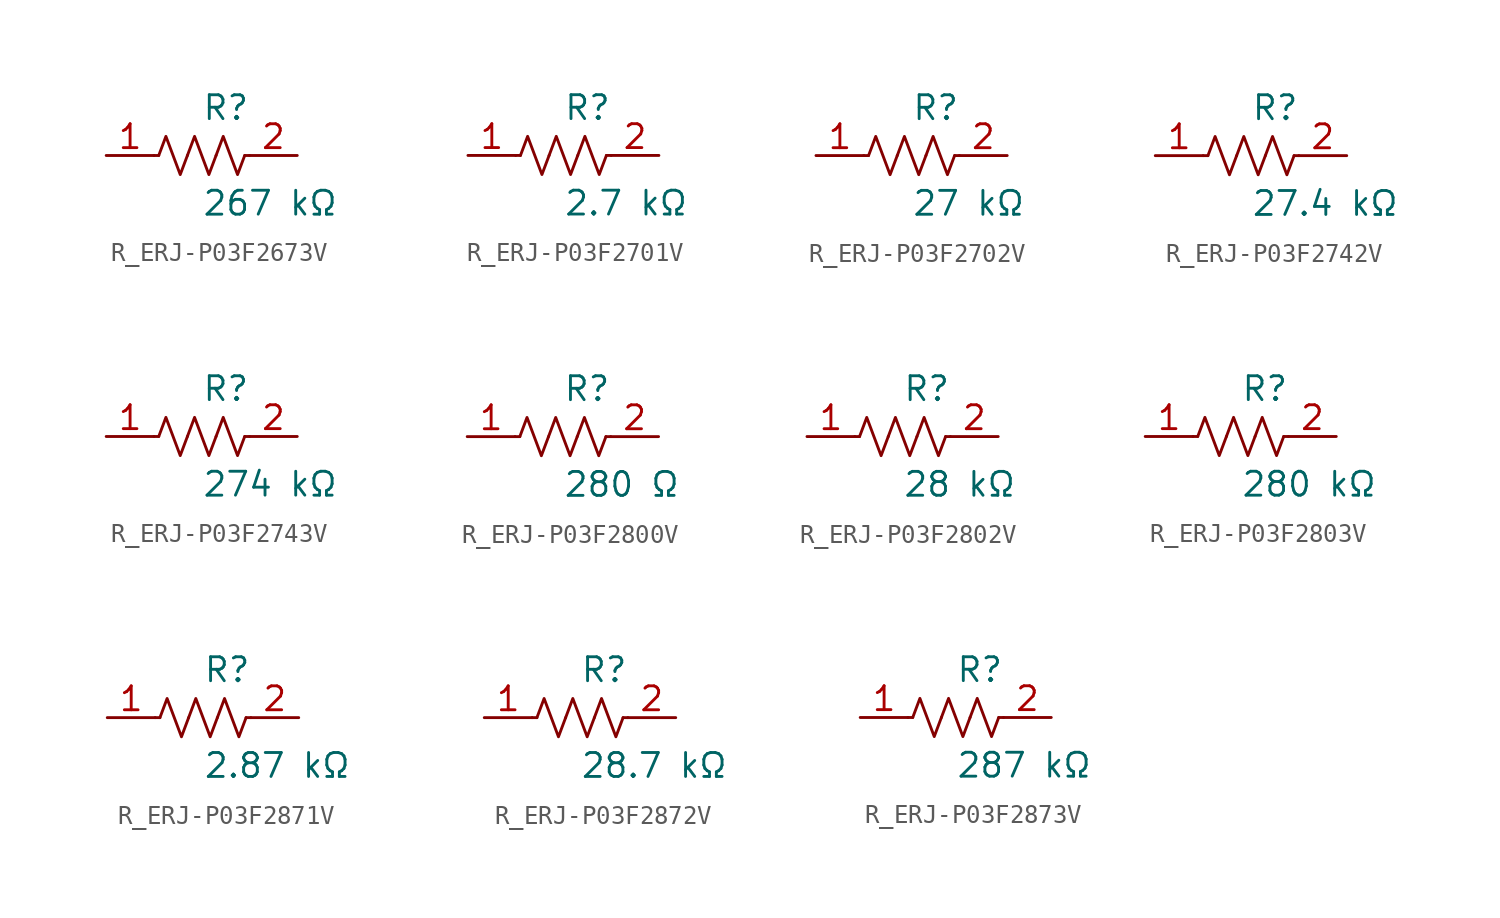
<source format=kicad_sym>
(kicad_symbol_lib
  (version 20231120)
  (generator kicad_symbol_editor)
  (generator_version 8.0)
  (symbol "R_ERJ-P03F2673V"
    (pin_names
      (offset 0.254))
    (property "Reference" "R"
      (at 0.0 2.54 0)
      (effects (font (size 1.27 1.27)) (justify left)))
    (property "Value" "267 kΩ"
      (at 0.0 -2.54 0)
      (effects (font (size 1.27 1.27)) (justify left)))
    (symbol "R_ERJ-P03F2673V_0_1"
      (polyline (pts (xy 2.286 0) (xy 2.54 0)) (stroke (width 0) (type default)) (fill (type none)))
      (polyline (pts (xy -2.286 0) (xy -2.54 0)) (stroke (width 0) (type default)) (fill (type none)))
      (polyline (pts (xy 0.762 0) (xy 1.143 1.016) (xy 1.524 0) (xy 1.905 -1.016) (xy 2.286 0)) (stroke (width 0) (type default)) (fill (type none)))
      (polyline (pts (xy -0.762 0) (xy -0.381 1.016) (xy 0 0) (xy 0.381 -1.016) (xy 0.762 0)) (stroke (width 0) (type default)) (fill (type none)))
      (polyline (pts (xy -2.286 0) (xy -1.905 1.016) (xy -1.524 0) (xy -1.143 -1.016) (xy -0.762 0)) (stroke (width 0) (type default)) (fill (type none))))
    (pin unspecified line
      (at -5.08 0 0)
      (length 2.54)
      (name "" (effects (font (size 1.27 1.27))))
      (number "1" (effects (font (size 1.27 1.27)))))
    (pin unspecified line
      (at 5.08 0 180)
      (length 2.54)
      (name "" (effects (font (size 1.27 1.27))))
      (number "2" (effects (font (size 1.27 1.27))))))
  (symbol "R_ERJ-P03F2701V"
    (pin_names
      (offset 0.254))
    (property "Reference" "R"
      (at 0.0 2.54 0)
      (effects (font (size 1.27 1.27)) (justify left)))
    (property "Value" "2.7 kΩ"
      (at 0.0 -2.54 0)
      (effects (font (size 1.27 1.27)) (justify left)))
    (symbol "R_ERJ-P03F2701V_0_1"
      (polyline (pts (xy 2.286 0) (xy 2.54 0)) (stroke (width 0) (type default)) (fill (type none)))
      (polyline (pts (xy -2.286 0) (xy -2.54 0)) (stroke (width 0) (type default)) (fill (type none)))
      (polyline (pts (xy 0.762 0) (xy 1.143 1.016) (xy 1.524 0) (xy 1.905 -1.016) (xy 2.286 0)) (stroke (width 0) (type default)) (fill (type none)))
      (polyline (pts (xy -0.762 0) (xy -0.381 1.016) (xy 0 0) (xy 0.381 -1.016) (xy 0.762 0)) (stroke (width 0) (type default)) (fill (type none)))
      (polyline (pts (xy -2.286 0) (xy -1.905 1.016) (xy -1.524 0) (xy -1.143 -1.016) (xy -0.762 0)) (stroke (width 0) (type default)) (fill (type none))))
    (pin unspecified line
      (at -5.08 0 0)
      (length 2.54)
      (name "" (effects (font (size 1.27 1.27))))
      (number "1" (effects (font (size 1.27 1.27)))))
    (pin unspecified line
      (at 5.08 0 180)
      (length 2.54)
      (name "" (effects (font (size 1.27 1.27))))
      (number "2" (effects (font (size 1.27 1.27))))))
  (symbol "R_ERJ-P03F2702V"
    (pin_names
      (offset 0.254))
    (property "Reference" "R"
      (at 0.0 2.54 0)
      (effects (font (size 1.27 1.27)) (justify left)))
    (property "Value" "27 kΩ"
      (at 0.0 -2.54 0)
      (effects (font (size 1.27 1.27)) (justify left)))
    (symbol "R_ERJ-P03F2702V_0_1"
      (polyline (pts (xy 2.286 0) (xy 2.54 0)) (stroke (width 0) (type default)) (fill (type none)))
      (polyline (pts (xy -2.286 0) (xy -2.54 0)) (stroke (width 0) (type default)) (fill (type none)))
      (polyline (pts (xy 0.762 0) (xy 1.143 1.016) (xy 1.524 0) (xy 1.905 -1.016) (xy 2.286 0)) (stroke (width 0) (type default)) (fill (type none)))
      (polyline (pts (xy -0.762 0) (xy -0.381 1.016) (xy 0 0) (xy 0.381 -1.016) (xy 0.762 0)) (stroke (width 0) (type default)) (fill (type none)))
      (polyline (pts (xy -2.286 0) (xy -1.905 1.016) (xy -1.524 0) (xy -1.143 -1.016) (xy -0.762 0)) (stroke (width 0) (type default)) (fill (type none))))
    (pin unspecified line
      (at -5.08 0 0)
      (length 2.54)
      (name "" (effects (font (size 1.27 1.27))))
      (number "1" (effects (font (size 1.27 1.27)))))
    (pin unspecified line
      (at 5.08 0 180)
      (length 2.54)
      (name "" (effects (font (size 1.27 1.27))))
      (number "2" (effects (font (size 1.27 1.27))))))
  (symbol "R_ERJ-P03F2742V"
    (pin_names
      (offset 0.254))
    (property "Reference" "R"
      (at 0.0 2.54 0)
      (effects (font (size 1.27 1.27)) (justify left)))
    (property "Value" "27.4 kΩ"
      (at 0.0 -2.54 0)
      (effects (font (size 1.27 1.27)) (justify left)))
    (symbol "R_ERJ-P03F2742V_0_1"
      (polyline (pts (xy 2.286 0) (xy 2.54 0)) (stroke (width 0) (type default)) (fill (type none)))
      (polyline (pts (xy -2.286 0) (xy -2.54 0)) (stroke (width 0) (type default)) (fill (type none)))
      (polyline (pts (xy 0.762 0) (xy 1.143 1.016) (xy 1.524 0) (xy 1.905 -1.016) (xy 2.286 0)) (stroke (width 0) (type default)) (fill (type none)))
      (polyline (pts (xy -0.762 0) (xy -0.381 1.016) (xy 0 0) (xy 0.381 -1.016) (xy 0.762 0)) (stroke (width 0) (type default)) (fill (type none)))
      (polyline (pts (xy -2.286 0) (xy -1.905 1.016) (xy -1.524 0) (xy -1.143 -1.016) (xy -0.762 0)) (stroke (width 0) (type default)) (fill (type none))))
    (pin unspecified line
      (at -5.08 0 0)
      (length 2.54)
      (name "" (effects (font (size 1.27 1.27))))
      (number "1" (effects (font (size 1.27 1.27)))))
    (pin unspecified line
      (at 5.08 0 180)
      (length 2.54)
      (name "" (effects (font (size 1.27 1.27))))
      (number "2" (effects (font (size 1.27 1.27))))))
  (symbol "R_ERJ-P03F2743V"
    (pin_names
      (offset 0.254))
    (property "Reference" "R"
      (at 0.0 2.54 0)
      (effects (font (size 1.27 1.27)) (justify left)))
    (property "Value" "274 kΩ"
      (at 0.0 -2.54 0)
      (effects (font (size 1.27 1.27)) (justify left)))
    (symbol "R_ERJ-P03F2743V_0_1"
      (polyline (pts (xy 2.286 0) (xy 2.54 0)) (stroke (width 0) (type default)) (fill (type none)))
      (polyline (pts (xy -2.286 0) (xy -2.54 0)) (stroke (width 0) (type default)) (fill (type none)))
      (polyline (pts (xy 0.762 0) (xy 1.143 1.016) (xy 1.524 0) (xy 1.905 -1.016) (xy 2.286 0)) (stroke (width 0) (type default)) (fill (type none)))
      (polyline (pts (xy -0.762 0) (xy -0.381 1.016) (xy 0 0) (xy 0.381 -1.016) (xy 0.762 0)) (stroke (width 0) (type default)) (fill (type none)))
      (polyline (pts (xy -2.286 0) (xy -1.905 1.016) (xy -1.524 0) (xy -1.143 -1.016) (xy -0.762 0)) (stroke (width 0) (type default)) (fill (type none))))
    (pin unspecified line
      (at -5.08 0 0)
      (length 2.54)
      (name "" (effects (font (size 1.27 1.27))))
      (number "1" (effects (font (size 1.27 1.27)))))
    (pin unspecified line
      (at 5.08 0 180)
      (length 2.54)
      (name "" (effects (font (size 1.27 1.27))))
      (number "2" (effects (font (size 1.27 1.27))))))
  (symbol "R_ERJ-P03F2800V"
    (pin_names
      (offset 0.254))
    (property "Reference" "R"
      (at 0.0 2.54 0)
      (effects (font (size 1.27 1.27)) (justify left)))
    (property "Value" "280 Ω"
      (at 0.0 -2.54 0)
      (effects (font (size 1.27 1.27)) (justify left)))
    (symbol "R_ERJ-P03F2800V_0_1"
      (polyline (pts (xy 2.286 0) (xy 2.54 0)) (stroke (width 0) (type default)) (fill (type none)))
      (polyline (pts (xy -2.286 0) (xy -2.54 0)) (stroke (width 0) (type default)) (fill (type none)))
      (polyline (pts (xy 0.762 0) (xy 1.143 1.016) (xy 1.524 0) (xy 1.905 -1.016) (xy 2.286 0)) (stroke (width 0) (type default)) (fill (type none)))
      (polyline (pts (xy -0.762 0) (xy -0.381 1.016) (xy 0 0) (xy 0.381 -1.016) (xy 0.762 0)) (stroke (width 0) (type default)) (fill (type none)))
      (polyline (pts (xy -2.286 0) (xy -1.905 1.016) (xy -1.524 0) (xy -1.143 -1.016) (xy -0.762 0)) (stroke (width 0) (type default)) (fill (type none))))
    (pin unspecified line
      (at -5.08 0 0)
      (length 2.54)
      (name "" (effects (font (size 1.27 1.27))))
      (number "1" (effects (font (size 1.27 1.27)))))
    (pin unspecified line
      (at 5.08 0 180)
      (length 2.54)
      (name "" (effects (font (size 1.27 1.27))))
      (number "2" (effects (font (size 1.27 1.27))))))
  (symbol "R_ERJ-P03F2802V"
    (pin_names
      (offset 0.254))
    (property "Reference" "R"
      (at 0.0 2.54 0)
      (effects (font (size 1.27 1.27)) (justify left)))
    (property "Value" "28 kΩ"
      (at 0.0 -2.54 0)
      (effects (font (size 1.27 1.27)) (justify left)))
    (symbol "R_ERJ-P03F2802V_0_1"
      (polyline (pts (xy 2.286 0) (xy 2.54 0)) (stroke (width 0) (type default)) (fill (type none)))
      (polyline (pts (xy -2.286 0) (xy -2.54 0)) (stroke (width 0) (type default)) (fill (type none)))
      (polyline (pts (xy 0.762 0) (xy 1.143 1.016) (xy 1.524 0) (xy 1.905 -1.016) (xy 2.286 0)) (stroke (width 0) (type default)) (fill (type none)))
      (polyline (pts (xy -0.762 0) (xy -0.381 1.016) (xy 0 0) (xy 0.381 -1.016) (xy 0.762 0)) (stroke (width 0) (type default)) (fill (type none)))
      (polyline (pts (xy -2.286 0) (xy -1.905 1.016) (xy -1.524 0) (xy -1.143 -1.016) (xy -0.762 0)) (stroke (width 0) (type default)) (fill (type none))))
    (pin unspecified line
      (at -5.08 0 0)
      (length 2.54)
      (name "" (effects (font (size 1.27 1.27))))
      (number "1" (effects (font (size 1.27 1.27)))))
    (pin unspecified line
      (at 5.08 0 180)
      (length 2.54)
      (name "" (effects (font (size 1.27 1.27))))
      (number "2" (effects (font (size 1.27 1.27))))))
  (symbol "R_ERJ-P03F2803V"
    (pin_names
      (offset 0.254))
    (property "Reference" "R"
      (at 0.0 2.54 0)
      (effects (font (size 1.27 1.27)) (justify left)))
    (property "Value" "280 kΩ"
      (at 0.0 -2.54 0)
      (effects (font (size 1.27 1.27)) (justify left)))
    (symbol "R_ERJ-P03F2803V_0_1"
      (polyline (pts (xy 2.286 0) (xy 2.54 0)) (stroke (width 0) (type default)) (fill (type none)))
      (polyline (pts (xy -2.286 0) (xy -2.54 0)) (stroke (width 0) (type default)) (fill (type none)))
      (polyline (pts (xy 0.762 0) (xy 1.143 1.016) (xy 1.524 0) (xy 1.905 -1.016) (xy 2.286 0)) (stroke (width 0) (type default)) (fill (type none)))
      (polyline (pts (xy -0.762 0) (xy -0.381 1.016) (xy 0 0) (xy 0.381 -1.016) (xy 0.762 0)) (stroke (width 0) (type default)) (fill (type none)))
      (polyline (pts (xy -2.286 0) (xy -1.905 1.016) (xy -1.524 0) (xy -1.143 -1.016) (xy -0.762 0)) (stroke (width 0) (type default)) (fill (type none))))
    (pin unspecified line
      (at -5.08 0 0)
      (length 2.54)
      (name "" (effects (font (size 1.27 1.27))))
      (number "1" (effects (font (size 1.27 1.27)))))
    (pin unspecified line
      (at 5.08 0 180)
      (length 2.54)
      (name "" (effects (font (size 1.27 1.27))))
      (number "2" (effects (font (size 1.27 1.27))))))
  (symbol "R_ERJ-P03F2871V"
    (pin_names
      (offset 0.254))
    (property "Reference" "R"
      (at 0.0 2.54 0)
      (effects (font (size 1.27 1.27)) (justify left)))
    (property "Value" "2.87 kΩ"
      (at 0.0 -2.54 0)
      (effects (font (size 1.27 1.27)) (justify left)))
    (symbol "R_ERJ-P03F2871V_0_1"
      (polyline (pts (xy 2.286 0) (xy 2.54 0)) (stroke (width 0) (type default)) (fill (type none)))
      (polyline (pts (xy -2.286 0) (xy -2.54 0)) (stroke (width 0) (type default)) (fill (type none)))
      (polyline (pts (xy 0.762 0) (xy 1.143 1.016) (xy 1.524 0) (xy 1.905 -1.016) (xy 2.286 0)) (stroke (width 0) (type default)) (fill (type none)))
      (polyline (pts (xy -0.762 0) (xy -0.381 1.016) (xy 0 0) (xy 0.381 -1.016) (xy 0.762 0)) (stroke (width 0) (type default)) (fill (type none)))
      (polyline (pts (xy -2.286 0) (xy -1.905 1.016) (xy -1.524 0) (xy -1.143 -1.016) (xy -0.762 0)) (stroke (width 0) (type default)) (fill (type none))))
    (pin unspecified line
      (at -5.08 0 0)
      (length 2.54)
      (name "" (effects (font (size 1.27 1.27))))
      (number "1" (effects (font (size 1.27 1.27)))))
    (pin unspecified line
      (at 5.08 0 180)
      (length 2.54)
      (name "" (effects (font (size 1.27 1.27))))
      (number "2" (effects (font (size 1.27 1.27))))))
  (symbol "R_ERJ-P03F2872V"
    (pin_names
      (offset 0.254))
    (property "Reference" "R"
      (at 0.0 2.54 0)
      (effects (font (size 1.27 1.27)) (justify left)))
    (property "Value" "28.7 kΩ"
      (at 0.0 -2.54 0)
      (effects (font (size 1.27 1.27)) (justify left)))
    (symbol "R_ERJ-P03F2872V_0_1"
      (polyline (pts (xy 2.286 0) (xy 2.54 0)) (stroke (width 0) (type default)) (fill (type none)))
      (polyline (pts (xy -2.286 0) (xy -2.54 0)) (stroke (width 0) (type default)) (fill (type none)))
      (polyline (pts (xy 0.762 0) (xy 1.143 1.016) (xy 1.524 0) (xy 1.905 -1.016) (xy 2.286 0)) (stroke (width 0) (type default)) (fill (type none)))
      (polyline (pts (xy -0.762 0) (xy -0.381 1.016) (xy 0 0) (xy 0.381 -1.016) (xy 0.762 0)) (stroke (width 0) (type default)) (fill (type none)))
      (polyline (pts (xy -2.286 0) (xy -1.905 1.016) (xy -1.524 0) (xy -1.143 -1.016) (xy -0.762 0)) (stroke (width 0) (type default)) (fill (type none))))
    (pin unspecified line
      (at -5.08 0 0)
      (length 2.54)
      (name "" (effects (font (size 1.27 1.27))))
      (number "1" (effects (font (size 1.27 1.27)))))
    (pin unspecified line
      (at 5.08 0 180)
      (length 2.54)
      (name "" (effects (font (size 1.27 1.27))))
      (number "2" (effects (font (size 1.27 1.27))))))
  (symbol "R_ERJ-P03F2873V"
    (pin_names
      (offset 0.254))
    (property "Reference" "R"
      (at 0.0 2.54 0)
      (effects (font (size 1.27 1.27)) (justify left)))
    (property "Value" "287 kΩ"
      (at 0.0 -2.54 0)
      (effects (font (size 1.27 1.27)) (justify left)))
    (symbol "R_ERJ-P03F2873V_0_1"
      (polyline (pts (xy 2.286 0) (xy 2.54 0)) (stroke (width 0) (type default)) (fill (type none)))
      (polyline (pts (xy -2.286 0) (xy -2.54 0)) (stroke (width 0) (type default)) (fill (type none)))
      (polyline (pts (xy 0.762 0) (xy 1.143 1.016) (xy 1.524 0) (xy 1.905 -1.016) (xy 2.286 0)) (stroke (width 0) (type default)) (fill (type none)))
      (polyline (pts (xy -0.762 0) (xy -0.381 1.016) (xy 0 0) (xy 0.381 -1.016) (xy 0.762 0)) (stroke (width 0) (type default)) (fill (type none)))
      (polyline (pts (xy -2.286 0) (xy -1.905 1.016) (xy -1.524 0) (xy -1.143 -1.016) (xy -0.762 0)) (stroke (width 0) (type default)) (fill (type none))))
    (pin unspecified line
      (at -5.08 0 0)
      (length 2.54)
      (name "" (effects (font (size 1.27 1.27))))
      (number "1" (effects (font (size 1.27 1.27)))))
    (pin unspecified line
      (at 5.08 0 180)
      (length 2.54)
      (name "" (effects (font (size 1.27 1.27))))
      (number "2" (effects (font (size 1.27 1.27)))))))
</source>
